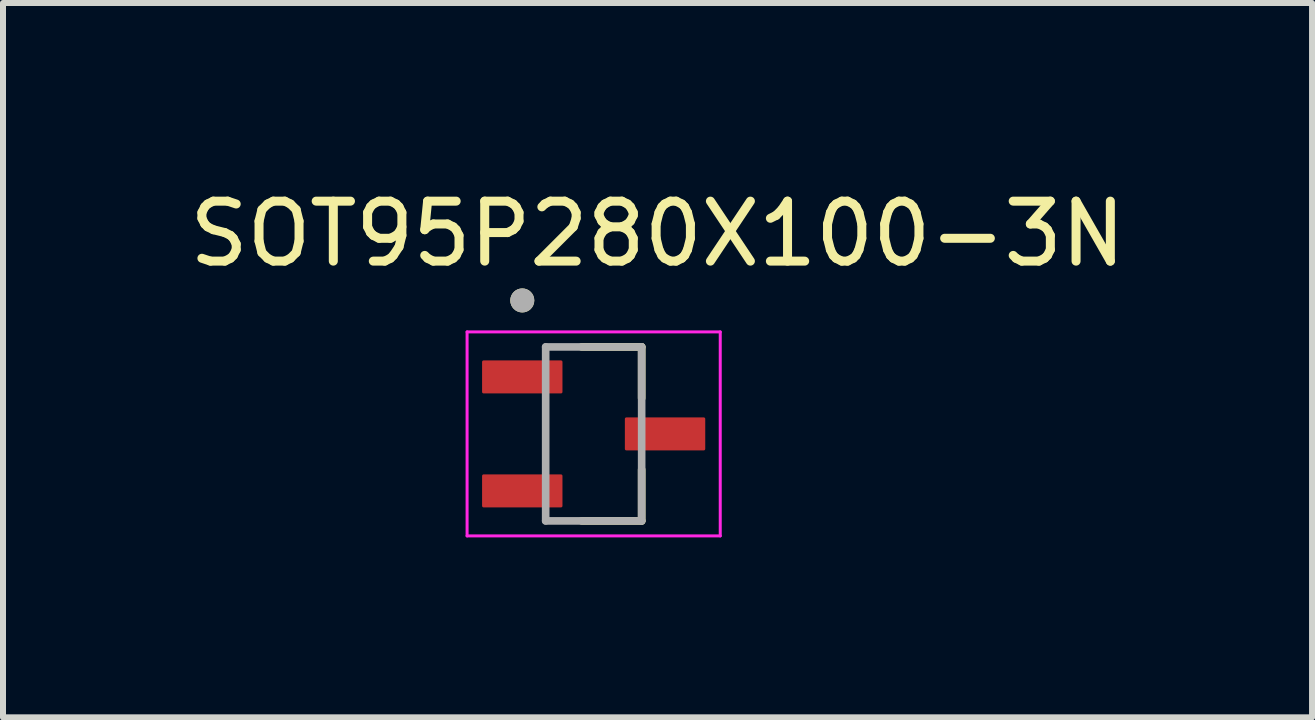
<source format=kicad_pcb>
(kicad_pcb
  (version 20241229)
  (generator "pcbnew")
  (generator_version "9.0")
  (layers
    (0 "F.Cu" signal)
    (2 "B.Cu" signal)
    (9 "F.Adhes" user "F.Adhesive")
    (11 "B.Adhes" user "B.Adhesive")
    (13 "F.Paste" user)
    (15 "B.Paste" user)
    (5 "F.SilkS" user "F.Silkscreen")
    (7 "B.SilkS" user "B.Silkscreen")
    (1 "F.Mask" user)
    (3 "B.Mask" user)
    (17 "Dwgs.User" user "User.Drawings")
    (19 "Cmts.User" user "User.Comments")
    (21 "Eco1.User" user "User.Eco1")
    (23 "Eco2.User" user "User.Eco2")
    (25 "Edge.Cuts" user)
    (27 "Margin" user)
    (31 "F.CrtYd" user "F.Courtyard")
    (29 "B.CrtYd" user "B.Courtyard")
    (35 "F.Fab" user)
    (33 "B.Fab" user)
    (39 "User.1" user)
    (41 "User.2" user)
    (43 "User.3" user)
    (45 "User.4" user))
  (footprint "SOT95P280X100-3N"
    (layer "F.Cu")
    (at 6.846 4.183)
    (property "Reference" "SOT95P280X100-3N" (at 1.065 -3.335 0) (layer "F.SilkS") (effects (font (size 1 1) (thickness 0.15))))
    (attr smd)
    (fp_line (start -0.2 -1.45) (end 0.8 -1.45) (stroke (width 0.127) (type solid)) (layer "F.SilkS"))
    (fp_line (start 0.8 -1.45) (end 0.8 -0.595) (stroke (width 0.127) (type solid)) (layer "F.SilkS"))
    (fp_line (start 0.8 1.45) (end -0.2 1.45) (stroke (width 0.127) (type solid)) (layer "F.SilkS"))
    (fp_line (start 0.8 1.45) (end 0.8 0.595) (stroke (width 0.127) (type solid)) (layer "F.SilkS"))
    (fp_circle (center -1.19 -2.225) (end -1.09 -2.225) (stroke (width 0.2) (type solid)) (fill no) (layer "F.SilkS"))
    (fp_line (start -2.11 -1.7) (end -2.11 1.7) (stroke (width 0.05) (type solid)) (layer "F.CrtYd"))
    (fp_line (start -2.11 1.7) (end 2.11 1.7) (stroke (width 0.05) (type solid)) (layer "F.CrtYd"))
    (fp_line (start 2.11 -1.7) (end -2.11 -1.7) (stroke (width 0.05) (type solid)) (layer "F.CrtYd"))
    (fp_line (start 2.11 1.7) (end 2.11 -1.7) (stroke (width 0.05) (type solid)) (layer "F.CrtYd"))
    (fp_line (start -0.8 -1.45) (end 0.8 -1.45) (stroke (width 0.127) (type solid)) (layer "F.Fab"))
    (fp_line (start -0.8 1.45) (end -0.8 -1.45) (stroke (width 0.127) (type solid)) (layer "F.Fab"))
    (fp_line (start 0.8 -1.45) (end 0.8 1.45) (stroke (width 0.127) (type solid)) (layer "F.Fab"))
    (fp_line (start 0.8 1.45) (end -0.8 1.45) (stroke (width 0.127) (type solid)) (layer "F.Fab"))
    (fp_circle (center -1.19 -2.225) (end -1.09 -2.225) (stroke (width 0.2) (type solid)) (fill no) (layer "F.Fab"))
    (pad "1" smd roundrect (at -1.19 -0.95) (size 1.34 0.55) (layers "F.Cu" "F.Mask" "F.Paste") (roundrect_rratio 0.045))
    (pad "2" smd roundrect (at -1.19 0.95) (size 1.34 0.55) (layers "F.Cu" "F.Mask" "F.Paste") (roundrect_rratio 0.045))
    (pad "3" smd roundrect (at 1.19 0) (size 1.34 0.55) (layers "F.Cu" "F.Mask" "F.Paste") (roundrect_rratio 0.045)))
  (gr_rect
    (start -3 -3)
    (end 18.821 8.908)
    (stroke (width 0.1) (type default))
    (fill no)
    (layer "Edge.Cuts")))
</source>
